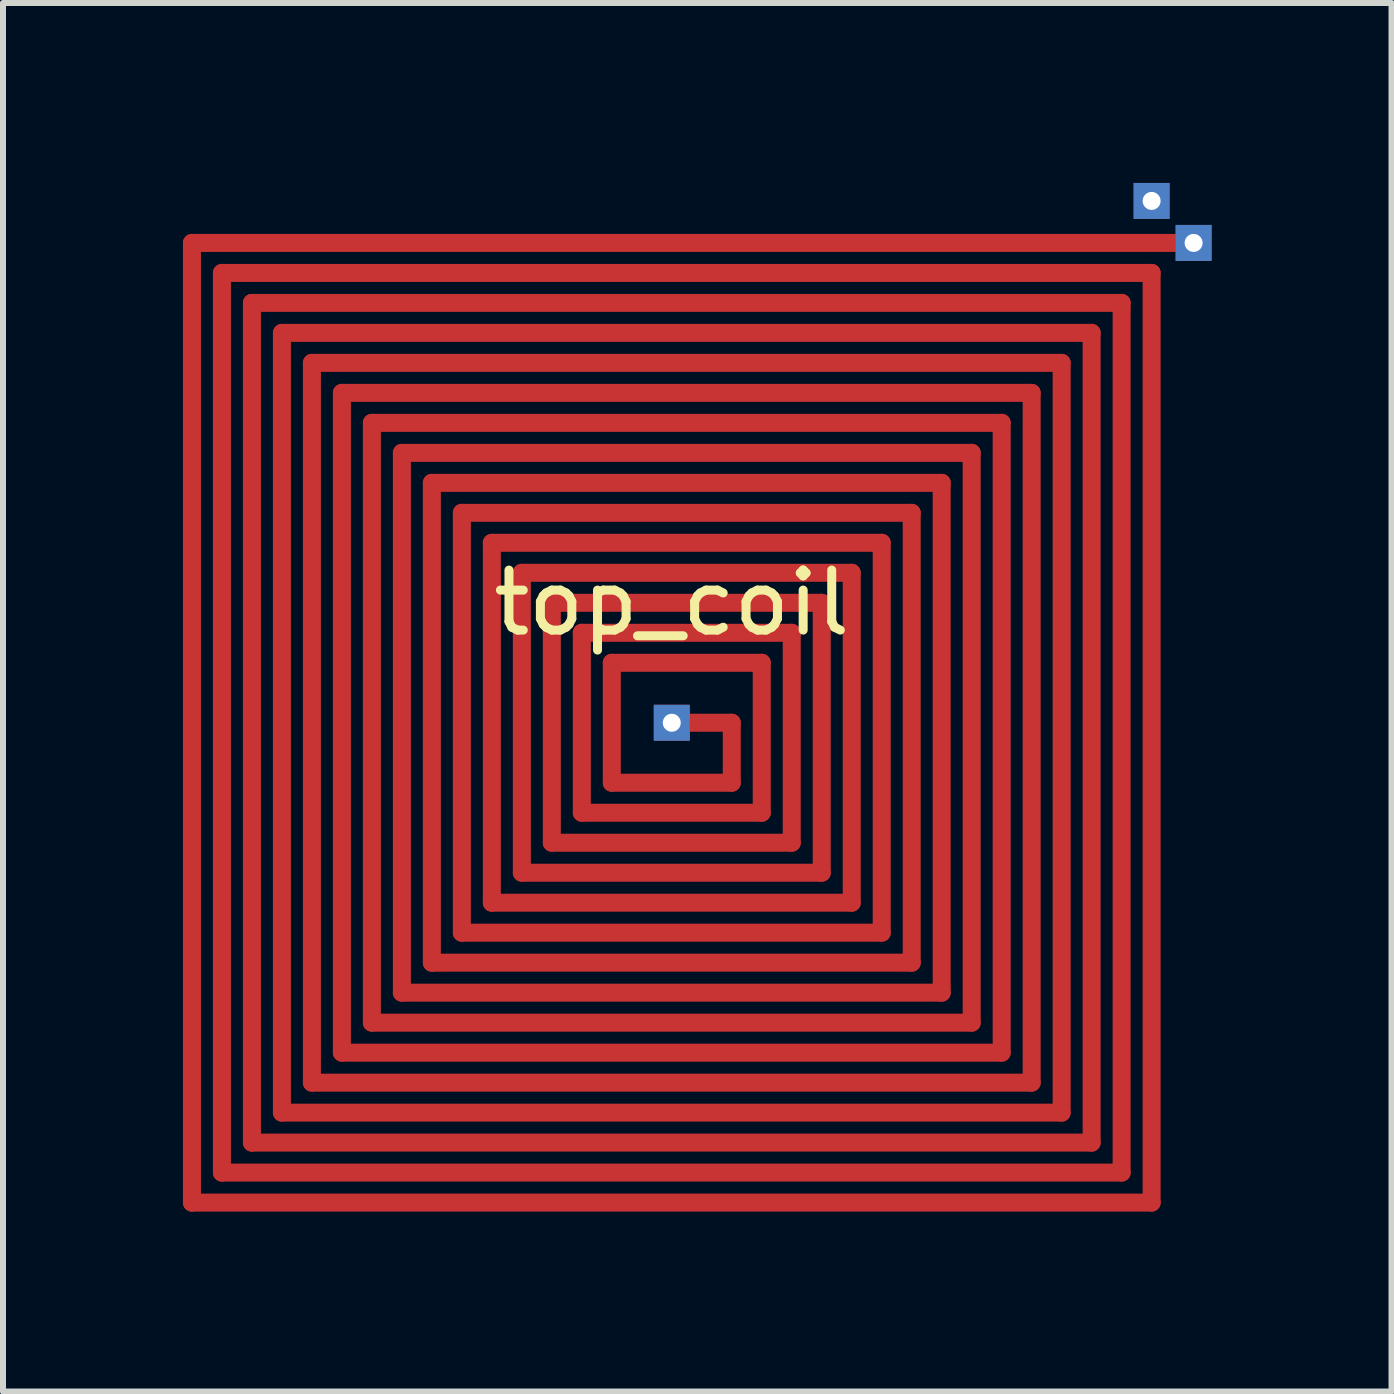
<source format=kicad_pcb>
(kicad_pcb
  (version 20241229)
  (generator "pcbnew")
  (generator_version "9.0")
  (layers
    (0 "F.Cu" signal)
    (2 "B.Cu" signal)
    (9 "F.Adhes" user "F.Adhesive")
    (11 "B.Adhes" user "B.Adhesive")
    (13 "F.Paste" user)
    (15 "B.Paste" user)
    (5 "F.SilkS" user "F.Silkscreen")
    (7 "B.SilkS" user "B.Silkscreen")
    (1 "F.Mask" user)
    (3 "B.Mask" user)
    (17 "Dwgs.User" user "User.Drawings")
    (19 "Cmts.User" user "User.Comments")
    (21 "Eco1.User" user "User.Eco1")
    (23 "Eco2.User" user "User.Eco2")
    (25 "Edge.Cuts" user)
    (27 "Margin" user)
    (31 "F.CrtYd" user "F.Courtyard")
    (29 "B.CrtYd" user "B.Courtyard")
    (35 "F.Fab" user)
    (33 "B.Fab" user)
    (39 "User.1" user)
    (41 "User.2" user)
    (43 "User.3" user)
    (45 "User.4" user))
  (footprint "top_coil"
    (layer "F.Cu")
    (at 8.15 9)
    (property "Reference" "top_coil" (at 0 -2 0) (layer "F.SilkS") (effects (font (size 1 1) (thickness 0.15))))
    (attr through_hole)
    (fp_line (start -8 -8) (end -8 8) (stroke (width 0.3) (type solid)) (layer "F.Cu"))
    (fp_line (start -8 8) (end 8 8) (stroke (width 0.3) (type solid)) (layer "F.Cu"))
    (fp_line (start -7.5 -7.5) (end -7.5 7.5) (stroke (width 0.3) (type solid)) (layer "F.Cu"))
    (fp_line (start -7.5 7.5) (end 7.5 7.5) (stroke (width 0.3) (type solid)) (layer "F.Cu"))
    (fp_line (start -7 -7) (end -7 7) (stroke (width 0.3) (type solid)) (layer "F.Cu"))
    (fp_line (start -7 7) (end 7 7) (stroke (width 0.3) (type solid)) (layer "F.Cu"))
    (fp_line (start -6.5 -6.5) (end -6.5 6.5) (stroke (width 0.3) (type solid)) (layer "F.Cu"))
    (fp_line (start -6.5 6.5) (end 6.5 6.5) (stroke (width 0.3) (type solid)) (layer "F.Cu"))
    (fp_line (start -6 -6) (end -6 6) (stroke (width 0.3) (type solid)) (layer "F.Cu"))
    (fp_line (start -6 6) (end 6 6) (stroke (width 0.3) (type solid)) (layer "F.Cu"))
    (fp_line (start -5.5 -5.5) (end -5.5 5.5) (stroke (width 0.3) (type solid)) (layer "F.Cu"))
    (fp_line (start -5.5 5.5) (end 5.5 5.5) (stroke (width 0.3) (type solid)) (layer "F.Cu"))
    (fp_line (start -5 -5) (end -5 5) (stroke (width 0.3) (type solid)) (layer "F.Cu"))
    (fp_line (start -5 5) (end 5 5) (stroke (width 0.3) (type solid)) (layer "F.Cu"))
    (fp_line (start -4.5 -4.5) (end -4.5 4.5) (stroke (width 0.3) (type solid)) (layer "F.Cu"))
    (fp_line (start -4.5 4.5) (end 4.5 4.5) (stroke (width 0.3) (type solid)) (layer "F.Cu"))
    (fp_line (start -4 -4) (end -4 4) (stroke (width 0.3) (type solid)) (layer "F.Cu"))
    (fp_line (start -4 4) (end 4 4) (stroke (width 0.3) (type solid)) (layer "F.Cu"))
    (fp_line (start -3.5 -3.5) (end -3.5 3.5) (stroke (width 0.3) (type solid)) (layer "F.Cu"))
    (fp_line (start -3.5 3.5) (end 3.5 3.5) (stroke (width 0.3) (type solid)) (layer "F.Cu"))
    (fp_line (start -3 -3) (end -3 3) (stroke (width 0.3) (type solid)) (layer "F.Cu"))
    (fp_line (start -3 3) (end 3 3) (stroke (width 0.3) (type solid)) (layer "F.Cu"))
    (fp_line (start -2.5 -2.5) (end -2.5 2.5) (stroke (width 0.3) (type solid)) (layer "F.Cu"))
    (fp_line (start -2.5 2.5) (end 2.5 2.5) (stroke (width 0.3) (type solid)) (layer "F.Cu"))
    (fp_line (start -2 -2) (end -2 2) (stroke (width 0.3) (type solid)) (layer "F.Cu"))
    (fp_line (start -2 2) (end 2 2) (stroke (width 0.3) (type solid)) (layer "F.Cu"))
    (fp_line (start -1.5 -1.5) (end -1.5 1.5) (stroke (width 0.3) (type solid)) (layer "F.Cu"))
    (fp_line (start -1.5 1.5) (end 1.5 1.5) (stroke (width 0.3) (type solid)) (layer "F.Cu"))
    (fp_line (start -1 -1) (end -1 1) (stroke (width 0.3) (type solid)) (layer "F.Cu"))
    (fp_line (start -1 1) (end 1 1) (stroke (width 0.3) (type solid)) (layer "F.Cu"))
    (fp_line (start 1 0) (end 0 0) (stroke (width 0.3) (type solid)) (layer "F.Cu"))
    (fp_line (start 1 1) (end 1 0) (stroke (width 0.3) (type solid)) (layer "F.Cu"))
    (fp_line (start 1.5 -1) (end -1 -1) (stroke (width 0.3) (type solid)) (layer "F.Cu"))
    (fp_line (start 1.5 1.5) (end 1.5 -1) (stroke (width 0.3) (type solid)) (layer "F.Cu"))
    (fp_line (start 2 -1.5) (end -1.5 -1.5) (stroke (width 0.3) (type solid)) (layer "F.Cu"))
    (fp_line (start 2 2) (end 2 -1.5) (stroke (width 0.3) (type solid)) (layer "F.Cu"))
    (fp_line (start 2.5 -2) (end -2 -2) (stroke (width 0.3) (type solid)) (layer "F.Cu"))
    (fp_line (start 2.5 2.5) (end 2.5 -2) (stroke (width 0.3) (type solid)) (layer "F.Cu"))
    (fp_line (start 3 -2.5) (end -2.5 -2.5) (stroke (width 0.3) (type solid)) (layer "F.Cu"))
    (fp_line (start 3 3) (end 3 -2.5) (stroke (width 0.3) (type solid)) (layer "F.Cu"))
    (fp_line (start 3.5 -3) (end -3 -3) (stroke (width 0.3) (type solid)) (layer "F.Cu"))
    (fp_line (start 3.5 3.5) (end 3.5 -3) (stroke (width 0.3) (type solid)) (layer "F.Cu"))
    (fp_line (start 4 -3.5) (end -3.5 -3.5) (stroke (width 0.3) (type solid)) (layer "F.Cu"))
    (fp_line (start 4 4) (end 4 -3.5) (stroke (width 0.3) (type solid)) (layer "F.Cu"))
    (fp_line (start 4.5 -4) (end -4 -4) (stroke (width 0.3) (type solid)) (layer "F.Cu"))
    (fp_line (start 4.5 4.5) (end 4.5 -4) (stroke (width 0.3) (type solid)) (layer "F.Cu"))
    (fp_line (start 5 -4.5) (end -4.5 -4.5) (stroke (width 0.3) (type solid)) (layer "F.Cu"))
    (fp_line (start 5 5) (end 5 -4.5) (stroke (width 0.3) (type solid)) (layer "F.Cu"))
    (fp_line (start 5.5 -5) (end -5 -5) (stroke (width 0.3) (type solid)) (layer "F.Cu"))
    (fp_line (start 5.5 5.5) (end 5.5 -5) (stroke (width 0.3) (type solid)) (layer "F.Cu"))
    (fp_line (start 6 -5.5) (end -5.5 -5.5) (stroke (width 0.3) (type solid)) (layer "F.Cu"))
    (fp_line (start 6 6) (end 6 -5.5) (stroke (width 0.3) (type solid)) (layer "F.Cu"))
    (fp_line (start 6.5 -6) (end -6 -6) (stroke (width 0.3) (type solid)) (layer "F.Cu"))
    (fp_line (start 6.5 6.5) (end 6.5 -6) (stroke (width 0.3) (type solid)) (layer "F.Cu"))
    (fp_line (start 7 -6.5) (end -6.5 -6.5) (stroke (width 0.3) (type solid)) (layer "F.Cu"))
    (fp_line (start 7 7) (end 7 -6.5) (stroke (width 0.3) (type solid)) (layer "F.Cu"))
    (fp_line (start 7.5 -7) (end -7 -7) (stroke (width 0.3) (type solid)) (layer "F.Cu"))
    (fp_line (start 7.5 7.5) (end 7.5 -7) (stroke (width 0.3) (type solid)) (layer "F.Cu"))
    (fp_line (start 8 -7.5) (end -7.5 -7.5) (stroke (width 0.3) (type solid)) (layer "F.Cu"))
    (fp_line (start 8 8) (end 8 -7.5) (stroke (width 0.3) (type solid)) (layer "F.Cu"))
    (fp_line (start 8.7 -8) (end -8 -8) (stroke (width 0.3) (type solid)) (layer "F.Cu"))
    (fp_line (start -8 -7.5) (end 7.5 -7.5) (stroke (width 0.3) (type solid)) (layer "In2.Cu"))
    (fp_line (start -8 8) (end -8 -7.5) (stroke (width 0.3) (type solid)) (layer "In2.Cu"))
    (fp_line (start -7.5 -7) (end 7 -7) (stroke (width 0.3) (type solid)) (layer "In2.Cu"))
    (fp_line (start -7.5 7.5) (end -7.5 -7) (stroke (width 0.3) (type solid)) (layer "In2.Cu"))
    (fp_line (start -7 -6.5) (end 6.5 -6.5) (stroke (width 0.3) (type solid)) (layer "In2.Cu"))
    (fp_line (start -7 7) (end -7 -6.5) (stroke (width 0.3) (type solid)) (layer "In2.Cu"))
    (fp_line (start -6.5 -6) (end 6 -6) (stroke (width 0.3) (type solid)) (layer "In2.Cu"))
    (fp_line (start -6.5 6.5) (end -6.5 -6) (stroke (width 0.3) (type solid)) (layer "In2.Cu"))
    (fp_line (start -6 -5.5) (end 5.5 -5.5) (stroke (width 0.3) (type solid)) (layer "In2.Cu"))
    (fp_line (start -6 6) (end -6 -5.5) (stroke (width 0.3) (type solid)) (layer "In2.Cu"))
    (fp_line (start -5.5 -5) (end 5 -5) (stroke (width 0.3) (type solid)) (layer "In2.Cu"))
    (fp_line (start -5.5 5.5) (end -5.5 -5) (stroke (width 0.3) (type solid)) (layer "In2.Cu"))
    (fp_line (start -5 -4.5) (end 4.5 -4.5) (stroke (width 0.3) (type solid)) (layer "In2.Cu"))
    (fp_line (start -5 5) (end -5 -4.5) (stroke (width 0.3) (type solid)) (layer "In2.Cu"))
    (fp_line (start -4.5 -4) (end 4 -4) (stroke (width 0.3) (type solid)) (layer "In2.Cu"))
    (fp_line (start -4.5 4.5) (end -4.5 -4) (stroke (width 0.3) (type solid)) (layer "In2.Cu"))
    (fp_line (start -4 -3.5) (end 3.5 -3.5) (stroke (width 0.3) (type solid)) (layer "In2.Cu"))
    (fp_line (start -4 4) (end -4 -3.5) (stroke (width 0.3) (type solid)) (layer "In2.Cu"))
    (fp_line (start -3.5 -3) (end 3 -3) (stroke (width 0.3) (type solid)) (layer "In2.Cu"))
    (fp_line (start -3.5 3.5) (end -3.5 -3) (stroke (width 0.3) (type solid)) (layer "In2.Cu"))
    (fp_line (start -3 -2.5) (end 2.5 -2.5) (stroke (width 0.3) (type solid)) (layer "In2.Cu"))
    (fp_line (start -3 3) (end -3 -2.5) (stroke (width 0.3) (type solid)) (layer "In2.Cu"))
    (fp_line (start -2.5 -2) (end 2 -2) (stroke (width 0.3) (type solid)) (layer "In2.Cu"))
    (fp_line (start -2.5 2.5) (end -2.5 -2) (stroke (width 0.3) (type solid)) (layer "In2.Cu"))
    (fp_line (start -2 -1.5) (end 1.5 -1.5) (stroke (width 0.3) (type solid)) (layer "In2.Cu"))
    (fp_line (start -2 2) (end -2 -1.5) (stroke (width 0.3) (type solid)) (layer "In2.Cu"))
    (fp_line (start -1.5 -1) (end 1 -1) (stroke (width 0.3) (type solid)) (layer "In2.Cu"))
    (fp_line (start -1.5 1.5) (end -1.5 -1) (stroke (width 0.3) (type solid)) (layer "In2.Cu"))
    (fp_line (start -1 0) (end 0 0) (stroke (width 0.3) (type solid)) (layer "In2.Cu"))
    (fp_line (start -1 1) (end -1 0) (stroke (width 0.3) (type solid)) (layer "In2.Cu"))
    (fp_line (start 1 -1) (end 1 1) (stroke (width 0.3) (type solid)) (layer "In2.Cu"))
    (fp_line (start 1 1) (end -1 1) (stroke (width 0.3) (type solid)) (layer "In2.Cu"))
    (fp_line (start 1.5 -1.5) (end 1.5 1.5) (stroke (width 0.3) (type solid)) (layer "In2.Cu"))
    (fp_line (start 1.5 1.5) (end -1.5 1.5) (stroke (width 0.3) (type solid)) (layer "In2.Cu"))
    (fp_line (start 2 -2) (end 2 2) (stroke (width 0.3) (type solid)) (layer "In2.Cu"))
    (fp_line (start 2 2) (end -2 2) (stroke (width 0.3) (type solid)) (layer "In2.Cu"))
    (fp_line (start 2.5 -2.5) (end 2.5 2.5) (stroke (width 0.3) (type solid)) (layer "In2.Cu"))
    (fp_line (start 2.5 2.5) (end -2.5 2.5) (stroke (width 0.3) (type solid)) (layer "In2.Cu"))
    (fp_line (start 3 -3) (end 3 3) (stroke (width 0.3) (type solid)) (layer "In2.Cu"))
    (fp_line (start 3 3) (end -3 3) (stroke (width 0.3) (type solid)) (layer "In2.Cu"))
    (fp_line (start 3.5 -3.5) (end 3.5 3.5) (stroke (width 0.3) (type solid)) (layer "In2.Cu"))
    (fp_line (start 3.5 3.5) (end -3.5 3.5) (stroke (width 0.3) (type solid)) (layer "In2.Cu"))
    (fp_line (start 4 -4) (end 4 4) (stroke (width 0.3) (type solid)) (layer "In2.Cu"))
    (fp_line (start 4 4) (end -4 4) (stroke (width 0.3) (type solid)) (layer "In2.Cu"))
    (fp_line (start 4.5 -4.5) (end 4.5 4.5) (stroke (width 0.3) (type solid)) (layer "In2.Cu"))
    (fp_line (start 4.5 4.5) (end -4.5 4.5) (stroke (width 0.3) (type solid)) (layer "In2.Cu"))
    (fp_line (start 5 -5) (end 5 5) (stroke (width 0.3) (type solid)) (layer "In2.Cu"))
    (fp_line (start 5 5) (end -5 5) (stroke (width 0.3) (type solid)) (layer "In2.Cu"))
    (fp_line (start 5.5 -5.5) (end 5.5 5.5) (stroke (width 0.3) (type solid)) (layer "In2.Cu"))
    (fp_line (start 5.5 5.5) (end -5.5 5.5) (stroke (width 0.3) (type solid)) (layer "In2.Cu"))
    (fp_line (start 6 -6) (end 6 6) (stroke (width 0.3) (type solid)) (layer "In2.Cu"))
    (fp_line (start 6 6) (end -6 6) (stroke (width 0.3) (type solid)) (layer "In2.Cu"))
    (fp_line (start 6.5 -6.5) (end 6.5 6.5) (stroke (width 0.3) (type solid)) (layer "In2.Cu"))
    (fp_line (start 6.5 6.5) (end -6.5 6.5) (stroke (width 0.3) (type solid)) (layer "In2.Cu"))
    (fp_line (start 7 -7) (end 7 7) (stroke (width 0.3) (type solid)) (layer "In2.Cu"))
    (fp_line (start 7 7) (end -7 7) (stroke (width 0.3) (type solid)) (layer "In2.Cu"))
    (fp_line (start 7.5 -7.5) (end 7.5 7.5) (stroke (width 0.3) (type solid)) (layer "In2.Cu"))
    (fp_line (start 7.5 7.5) (end -7.5 7.5) (stroke (width 0.3) (type solid)) (layer "In2.Cu"))
    (fp_line (start 8 -8.7) (end 8 8) (stroke (width 0.3) (type solid)) (layer "In2.Cu"))
    (fp_line (start 8 8) (end -8 8) (stroke (width 0.3) (type solid)) (layer "In2.Cu"))
    (pad "1" thru_hole rect (at 8.7 -8) (size 0.6 0.6) (drill 0.3) (layers "*.Cu" "*.Mask"))
    (pad "2" thru_hole rect (at 8 -8.7) (size 0.6 0.6) (drill 0.3) (layers "*.Cu" "*.Mask"))
    (pad "3" thru_hole rect (at 0 0) (size 0.6 0.6) (drill 0.3) (layers "*.Cu" "*.Mask")))
  (gr_rect
    (start -3 -3)
    (end 20.15 20.15)
    (stroke (width 0.1) (type default))
    (fill no)
    (layer "Edge.Cuts")))
</source>
